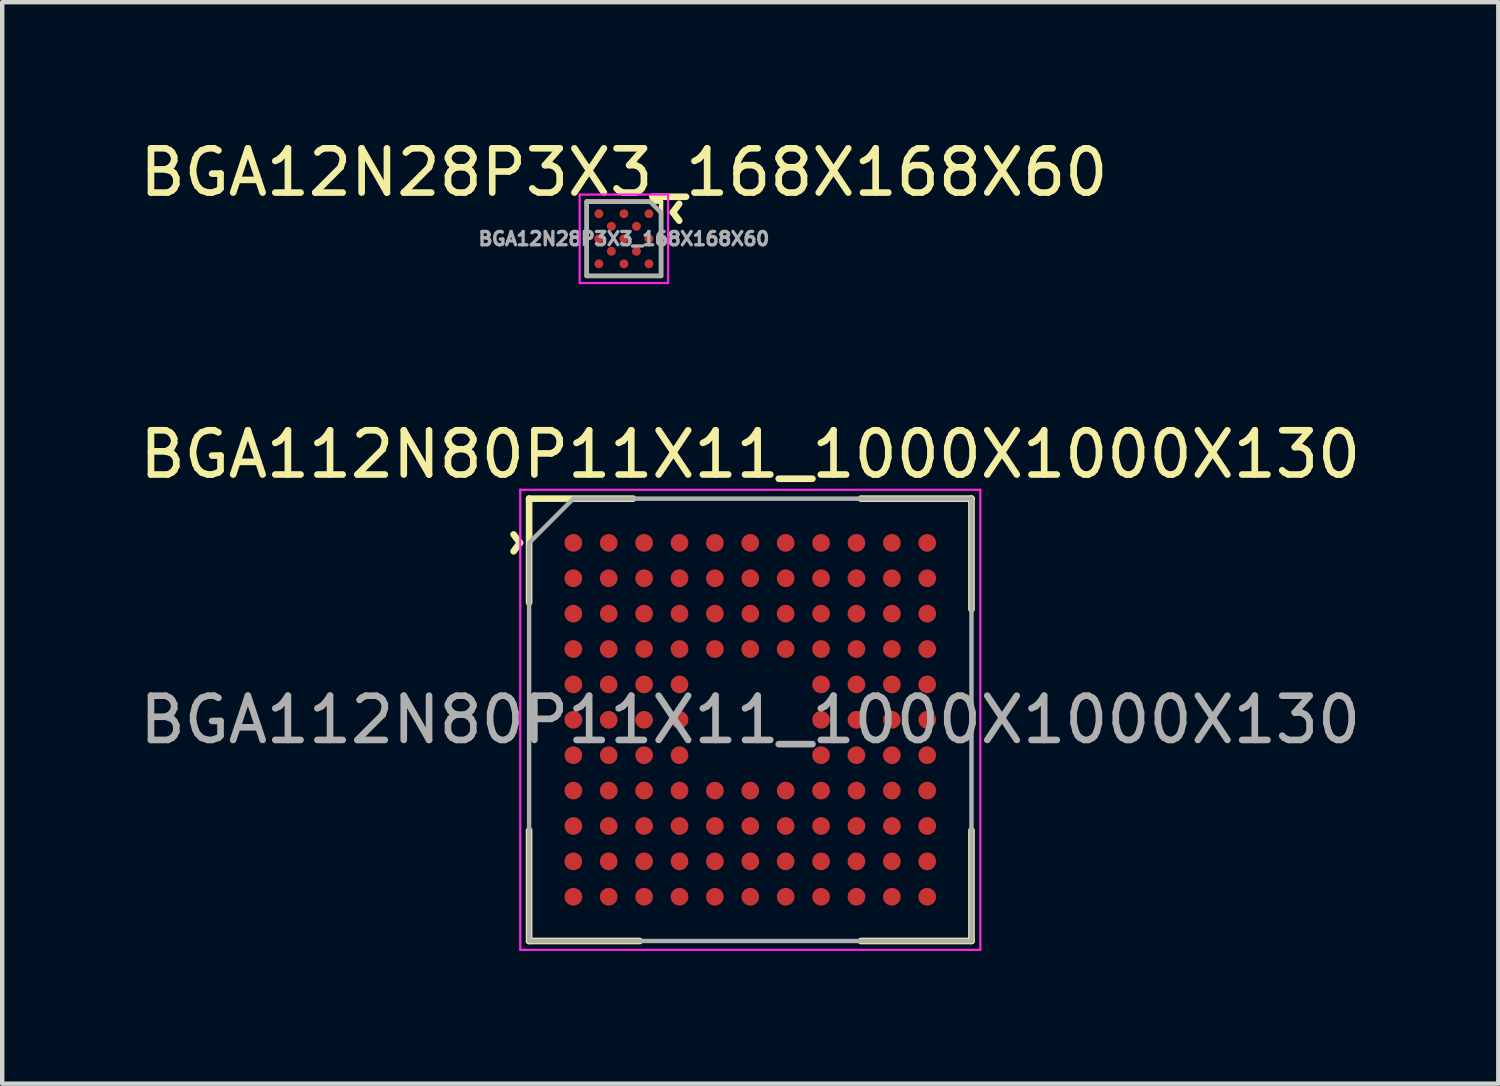
<source format=kicad_pcb>
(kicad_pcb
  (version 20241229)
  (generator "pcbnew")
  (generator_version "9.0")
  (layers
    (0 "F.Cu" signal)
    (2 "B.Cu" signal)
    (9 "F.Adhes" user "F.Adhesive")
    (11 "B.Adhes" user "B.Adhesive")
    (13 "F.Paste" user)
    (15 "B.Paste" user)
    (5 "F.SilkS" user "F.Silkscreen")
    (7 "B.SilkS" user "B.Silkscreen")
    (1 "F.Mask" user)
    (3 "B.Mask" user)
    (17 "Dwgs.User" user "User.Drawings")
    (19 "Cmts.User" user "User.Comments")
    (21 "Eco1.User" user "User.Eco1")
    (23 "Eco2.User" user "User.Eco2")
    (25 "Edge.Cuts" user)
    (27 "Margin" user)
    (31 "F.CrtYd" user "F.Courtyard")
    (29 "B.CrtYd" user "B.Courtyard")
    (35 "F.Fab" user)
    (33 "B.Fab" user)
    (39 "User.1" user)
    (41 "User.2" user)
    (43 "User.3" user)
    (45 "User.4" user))
  (footprint "BGA12N28P3X3_168X168X60"
    (layer "F.Cu")
    (at 11.054 2.348)
    (property "Reference" "BGA12N28P3X3_168X168X60" (at 0 -1.5 0) (unlocked yes) (layer "F.SilkS") (effects (font (size 1 1) (thickness 0.15))))
    (attr smd)
    (fp_line (start -0.84 -0.84) (end -0.84 0.84) (stroke (width 0.1) (type default)) (layer "F.SilkS"))
    (fp_line (start -0.84 0.84) (end 0.84 0.84) (stroke (width 0.1) (type default)) (layer "F.SilkS"))
    (fp_line (start 0.84 -0.84) (end -0.84 -0.84) (stroke (width 0.1) (type default)) (layer "F.SilkS"))
    (fp_line (start 0.84 0.84) (end 0.84 -0.84) (stroke (width 0.1) (type default)) (layer "F.SilkS"))
    (fp_rect (start -1 -1) (end 1 1) (stroke (width 0.05) (type default)) (fill no) (layer "F.CrtYd"))
    (fp_poly (pts (xy -0.84 -0.84) (xy -0.84 0.84) (xy 0.84 0.84) (xy 0.84 -0.59) (xy 0.59 -0.84)) (stroke (width 0.1) (type solid)) (fill no) (layer "F.Fab"))
    (fp_text user "^" (at 1.7 -0.6 90) (unlocked yes) (layer "F.SilkS") (effects (font (size 1 1) (thickness 0.15))))
    (fp_text user "${REFERENCE}" (at 0 0 0) (unlocked yes) (layer "F.Fab") (effects (font (size 0.3 0.3) (thickness 0.075))))
    (pad "A1" smd circle (at 0.566 -0.566) (size 0.2 0.2) (layers "F.Cu" "F.Mask" "F.Paste"))
    (pad "A3" smd circle (at 0.566 0) (size 0.2 0.2) (layers "F.Cu" "F.Mask" "F.Paste"))
    (pad "A5" smd circle (at 0.566 0.566) (size 0.2 0.2) (layers "F.Cu" "F.Mask" "F.Paste"))
    (pad "B2" smd circle (at 0.283 -0.283) (size 0.2 0.2) (layers "F.Cu" "F.Mask" "F.Paste"))
    (pad "B4" smd circle (at 0.283 0.283) (size 0.2 0.2) (layers "F.Cu" "F.Mask" "F.Paste"))
    (pad "C1" smd circle (at 0 -0.566) (size 0.2 0.2) (layers "F.Cu" "F.Mask" "F.Paste"))
    (pad "C3" smd circle (at 0 0) (size 0.2 0.2) (layers "F.Cu" "F.Mask" "F.Paste"))
    (pad "C5" smd circle (at 0 0.566) (size 0.2 0.2) (layers "F.Cu" "F.Mask" "F.Paste"))
    (pad "D2" smd circle (at -0.283 -0.283) (size 0.2 0.2) (layers "F.Cu" "F.Mask" "F.Paste"))
    (pad "D4" smd circle (at -0.283 0.283) (size 0.2 0.2) (layers "F.Cu" "F.Mask" "F.Paste"))
    (pad "E1" smd circle (at -0.566 -0.566) (size 0.2 0.2) (layers "F.Cu" "F.Mask" "F.Paste"))
    (pad "E3" smd circle (at -0.566 0) (size 0.2 0.2) (layers "F.Cu" "F.Mask" "F.Paste"))
    (pad "E5" smd circle (at -0.566 0.566) (size 0.2 0.2) (layers "F.Cu" "F.Mask" "F.Paste")))
  (footprint "BGA112N80P11X11_1000X1000X130"
    (layer "F.Cu")
    (at 13.911 13.222)
    (property "Reference" "BGA112N80P11X11_1000X1000X130" (at 0 -6 0) (layer "F.SilkS") (effects (font (size 1 1) (thickness 0.15))))
    (attr smd)
    (fp_line (start -5 -5) (end -5 -2.65) (stroke (width 0.15) (type solid)) (layer "F.SilkS"))
    (fp_line (start -5 5) (end -5 2.5) (stroke (width 0.15) (type solid)) (layer "F.SilkS"))
    (fp_line (start -2.65 -5) (end -5 -5) (stroke (width 0.15) (type solid)) (layer "F.SilkS"))
    (fp_line (start -2.5 5) (end -5 5) (stroke (width 0.15) (type solid)) (layer "F.SilkS"))
    (fp_line (start 2.5 -5) (end 5 -5) (stroke (width 0.15) (type solid)) (layer "F.SilkS"))
    (fp_line (start 2.5 5) (end 5 5) (stroke (width 0.15) (type solid)) (layer "F.SilkS"))
    (fp_line (start 5 -5) (end 5 -2.5) (stroke (width 0.15) (type solid)) (layer "F.SilkS"))
    (fp_line (start 5 5) (end 5 2.5) (stroke (width 0.15) (type solid)) (layer "F.SilkS"))
    (fp_line (start -5.2 -5.2) (end 5.2 -5.2) (stroke (width 0.05) (type solid)) (layer "F.CrtYd"))
    (fp_line (start -5.2 5.2) (end -5.2 -5.2) (stroke (width 0.05) (type solid)) (layer "F.CrtYd"))
    (fp_line (start 5.2 -5.2) (end 5.2 5.2) (stroke (width 0.05) (type solid)) (layer "F.CrtYd"))
    (fp_line (start 5.2 5.2) (end -5.2 5.2) (stroke (width 0.05) (type solid)) (layer "F.CrtYd"))
    (fp_line (start -5 -4) (end -5 5) (stroke (width 0.1) (type solid)) (layer "F.Fab"))
    (fp_line (start -5 5) (end 5 5) (stroke (width 0.1) (type solid)) (layer "F.Fab"))
    (fp_line (start -4 -5) (end -5 -4) (stroke (width 0.1) (type solid)) (layer "F.Fab"))
    (fp_line (start 5 -5) (end -4 -5) (stroke (width 0.1) (type solid)) (layer "F.Fab"))
    (fp_line (start 5 5) (end 5 -5) (stroke (width 0.1) (type solid)) (layer "F.Fab"))
    (fp_text user "^" (at -5.8 -4 270) (unlocked yes) (layer "F.SilkS") (effects (font (size 1 1) (thickness 0.15))))
    (fp_text user "${REFERENCE}" (at 0 0 0) (unlocked yes) (layer "F.Fab") (effects (font (size 1 1) (thickness 0.15))))
    (pad "A1" smd circle (at -4 -4) (size 0.4 0.4) (layers "F.Cu" "F.Mask" "F.Paste"))
    (pad "A2" smd circle (at -3.2 -4) (size 0.4 0.4) (layers "F.Cu" "F.Mask" "F.Paste"))
    (pad "A3" smd circle (at -2.4 -4) (size 0.4 0.4) (layers "F.Cu" "F.Mask" "F.Paste"))
    (pad "A4" smd circle (at -1.6 -4) (size 0.4 0.4) (layers "F.Cu" "F.Mask" "F.Paste"))
    (pad "A5" smd circle (at -0.8 -4) (size 0.4 0.4) (layers "F.Cu" "F.Mask" "F.Paste"))
    (pad "A6" smd circle (at 0 -4) (size 0.4 0.4) (layers "F.Cu" "F.Mask" "F.Paste"))
    (pad "A7" smd circle (at 0.8 -4) (size 0.4 0.4) (layers "F.Cu" "F.Mask" "F.Paste"))
    (pad "A8" smd circle (at 1.6 -4) (size 0.4 0.4) (layers "F.Cu" "F.Mask" "F.Paste"))
    (pad "A9" smd circle (at 2.4 -4) (size 0.4 0.4) (layers "F.Cu" "F.Mask" "F.Paste"))
    (pad "A10" smd circle (at 3.2 -4) (size 0.4 0.4) (layers "F.Cu" "F.Mask" "F.Paste"))
    (pad "A11" smd circle (at 4 -4) (size 0.4 0.4) (layers "F.Cu" "F.Mask" "F.Paste"))
    (pad "B1" smd circle (at -4 -3.2) (size 0.4 0.4) (layers "F.Cu" "F.Mask" "F.Paste"))
    (pad "B2" smd circle (at -3.2 -3.2) (size 0.4 0.4) (layers "F.Cu" "F.Mask" "F.Paste"))
    (pad "B3" smd circle (at -2.4 -3.2) (size 0.4 0.4) (layers "F.Cu" "F.Mask" "F.Paste"))
    (pad "B4" smd circle (at -1.6 -3.2) (size 0.4 0.4) (layers "F.Cu" "F.Mask" "F.Paste"))
    (pad "B5" smd circle (at -0.8 -3.2) (size 0.4 0.4) (layers "F.Cu" "F.Mask" "F.Paste"))
    (pad "B6" smd circle (at 0 -3.2) (size 0.4 0.4) (layers "F.Cu" "F.Mask" "F.Paste"))
    (pad "B7" smd circle (at 0.8 -3.2) (size 0.4 0.4) (layers "F.Cu" "F.Mask" "F.Paste"))
    (pad "B8" smd circle (at 1.6 -3.2) (size 0.4 0.4) (layers "F.Cu" "F.Mask" "F.Paste"))
    (pad "B9" smd circle (at 2.4 -3.2) (size 0.4 0.4) (layers "F.Cu" "F.Mask" "F.Paste"))
    (pad "B10" smd circle (at 3.2 -3.2) (size 0.4 0.4) (layers "F.Cu" "F.Mask" "F.Paste"))
    (pad "B11" smd circle (at 4 -3.2) (size 0.4 0.4) (layers "F.Cu" "F.Mask" "F.Paste"))
    (pad "C1" smd circle (at -4 -2.4) (size 0.4 0.4) (layers "F.Cu" "F.Mask" "F.Paste"))
    (pad "C2" smd circle (at -3.2 -2.4) (size 0.4 0.4) (layers "F.Cu" "F.Mask" "F.Paste"))
    (pad "C3" smd circle (at -2.4 -2.4) (size 0.4 0.4) (layers "F.Cu" "F.Mask" "F.Paste"))
    (pad "C4" smd circle (at -1.6 -2.4) (size 0.4 0.4) (layers "F.Cu" "F.Mask" "F.Paste"))
    (pad "C5" smd circle (at -0.8 -2.4) (size 0.4 0.4) (layers "F.Cu" "F.Mask" "F.Paste"))
    (pad "C6" smd circle (at 0 -2.4) (size 0.4 0.4) (layers "F.Cu" "F.Mask" "F.Paste"))
    (pad "C7" smd circle (at 0.8 -2.4) (size 0.4 0.4) (layers "F.Cu" "F.Mask" "F.Paste"))
    (pad "C8" smd circle (at 1.6 -2.4) (size 0.4 0.4) (layers "F.Cu" "F.Mask" "F.Paste"))
    (pad "C9" smd circle (at 2.4 -2.4) (size 0.4 0.4) (layers "F.Cu" "F.Mask" "F.Paste"))
    (pad "C10" smd circle (at 3.2 -2.4) (size 0.4 0.4) (layers "F.Cu" "F.Mask" "F.Paste"))
    (pad "C11" smd circle (at 4 -2.4) (size 0.4 0.4) (layers "F.Cu" "F.Mask" "F.Paste"))
    (pad "D1" smd circle (at -4 -1.6) (size 0.4 0.4) (layers "F.Cu" "F.Mask" "F.Paste"))
    (pad "D2" smd circle (at -3.2 -1.6) (size 0.4 0.4) (layers "F.Cu" "F.Mask" "F.Paste"))
    (pad "D3" smd circle (at -2.4 -1.6) (size 0.4 0.4) (layers "F.Cu" "F.Mask" "F.Paste"))
    (pad "D4" smd circle (at -1.6 -1.6) (size 0.4 0.4) (layers "F.Cu" "F.Mask" "F.Paste"))
    (pad "D5" smd circle (at -0.8 -1.6) (size 0.4 0.4) (layers "F.Cu" "F.Mask" "F.Paste"))
    (pad "D6" smd circle (at 0 -1.6) (size 0.4 0.4) (layers "F.Cu" "F.Mask" "F.Paste"))
    (pad "D7" smd circle (at 0.8 -1.6) (size 0.4 0.4) (layers "F.Cu" "F.Mask" "F.Paste"))
    (pad "D8" smd circle (at 1.6 -1.6) (size 0.4 0.4) (layers "F.Cu" "F.Mask" "F.Paste"))
    (pad "D9" smd circle (at 2.4 -1.6) (size 0.4 0.4) (layers "F.Cu" "F.Mask" "F.Paste"))
    (pad "D10" smd circle (at 3.2 -1.6) (size 0.4 0.4) (layers "F.Cu" "F.Mask" "F.Paste"))
    (pad "D11" smd circle (at 4 -1.6) (size 0.4 0.4) (layers "F.Cu" "F.Mask" "F.Paste"))
    (pad "E1" smd circle (at -4 -0.8) (size 0.4 0.4) (layers "F.Cu" "F.Mask" "F.Paste"))
    (pad "E2" smd circle (at -3.2 -0.8) (size 0.4 0.4) (layers "F.Cu" "F.Mask" "F.Paste"))
    (pad "E3" smd circle (at -2.4 -0.8) (size 0.4 0.4) (layers "F.Cu" "F.Mask" "F.Paste"))
    (pad "E4" smd circle (at -1.6 -0.8) (size 0.4 0.4) (layers "F.Cu" "F.Mask" "F.Paste"))
    (pad "E8" smd circle (at 1.6 -0.8) (size 0.4 0.4) (layers "F.Cu" "F.Mask" "F.Paste"))
    (pad "E9" smd circle (at 2.4 -0.8) (size 0.4 0.4) (layers "F.Cu" "F.Mask" "F.Paste"))
    (pad "E10" smd circle (at 3.2 -0.8) (size 0.4 0.4) (layers "F.Cu" "F.Mask" "F.Paste"))
    (pad "E11" smd circle (at 4 -0.8) (size 0.4 0.4) (layers "F.Cu" "F.Mask" "F.Paste"))
    (pad "F1" smd circle (at -4 0) (size 0.4 0.4) (layers "F.Cu" "F.Mask" "F.Paste"))
    (pad "F2" smd circle (at -3.2 0) (size 0.4 0.4) (layers "F.Cu" "F.Mask" "F.Paste"))
    (pad "F3" smd circle (at -2.4 0) (size 0.4 0.4) (layers "F.Cu" "F.Mask" "F.Paste"))
    (pad "F4" smd circle (at -1.6 0) (size 0.4 0.4) (layers "F.Cu" "F.Mask" "F.Paste"))
    (pad "F8" smd circle (at 1.6 0) (size 0.4 0.4) (layers "F.Cu" "F.Mask" "F.Paste"))
    (pad "F9" smd circle (at 2.4 0) (size 0.4 0.4) (layers "F.Cu" "F.Mask" "F.Paste"))
    (pad "F10" smd circle (at 3.2 0) (size 0.4 0.4) (layers "F.Cu" "F.Mask" "F.Paste"))
    (pad "F11" smd circle (at 4 0) (size 0.4 0.4) (layers "F.Cu" "F.Mask" "F.Paste"))
    (pad "G1" smd circle (at -4 0.8) (size 0.4 0.4) (layers "F.Cu" "F.Mask" "F.Paste"))
    (pad "G2" smd circle (at -3.2 0.8) (size 0.4 0.4) (layers "F.Cu" "F.Mask" "F.Paste"))
    (pad "G3" smd circle (at -2.4 0.8) (size 0.4 0.4) (layers "F.Cu" "F.Mask" "F.Paste"))
    (pad "G4" smd circle (at -1.6 0.8) (size 0.4 0.4) (layers "F.Cu" "F.Mask" "F.Paste"))
    (pad "G8" smd circle (at 1.6 0.8) (size 0.4 0.4) (layers "F.Cu" "F.Mask" "F.Paste"))
    (pad "G9" smd circle (at 2.4 0.8) (size 0.4 0.4) (layers "F.Cu" "F.Mask" "F.Paste"))
    (pad "G10" smd circle (at 3.2 0.8) (size 0.4 0.4) (layers "F.Cu" "F.Mask" "F.Paste"))
    (pad "G11" smd circle (at 4 0.8) (size 0.4 0.4) (layers "F.Cu" "F.Mask" "F.Paste"))
    (pad "H1" smd circle (at -4 1.6) (size 0.4 0.4) (layers "F.Cu" "F.Mask" "F.Paste"))
    (pad "H2" smd circle (at -3.2 1.6) (size 0.4 0.4) (layers "F.Cu" "F.Mask" "F.Paste"))
    (pad "H3" smd circle (at -2.4 1.6) (size 0.4 0.4) (layers "F.Cu" "F.Mask" "F.Paste"))
    (pad "H4" smd circle (at -1.6 1.6) (size 0.4 0.4) (layers "F.Cu" "F.Mask" "F.Paste"))
    (pad "H5" smd circle (at -0.8 1.6) (size 0.4 0.4) (layers "F.Cu" "F.Mask" "F.Paste"))
    (pad "H6" smd circle (at 0 1.6) (size 0.4 0.4) (layers "F.Cu" "F.Mask" "F.Paste"))
    (pad "H7" smd circle (at 0.8 1.6) (size 0.4 0.4) (layers "F.Cu" "F.Mask" "F.Paste"))
    (pad "H8" smd circle (at 1.6 1.6) (size 0.4 0.4) (layers "F.Cu" "F.Mask" "F.Paste"))
    (pad "H9" smd circle (at 2.4 1.6) (size 0.4 0.4) (layers "F.Cu" "F.Mask" "F.Paste"))
    (pad "H10" smd circle (at 3.2 1.6) (size 0.4 0.4) (layers "F.Cu" "F.Mask" "F.Paste"))
    (pad "H11" smd circle (at 4 1.6) (size 0.4 0.4) (layers "F.Cu" "F.Mask" "F.Paste"))
    (pad "J1" smd circle (at -4 2.4) (size 0.4 0.4) (layers "F.Cu" "F.Mask" "F.Paste"))
    (pad "J2" smd circle (at -3.2 2.4) (size 0.4 0.4) (layers "F.Cu" "F.Mask" "F.Paste"))
    (pad "J3" smd circle (at -2.4 2.4) (size 0.4 0.4) (layers "F.Cu" "F.Mask" "F.Paste"))
    (pad "J4" smd circle (at -1.6 2.4) (size 0.4 0.4) (layers "F.Cu" "F.Mask" "F.Paste"))
    (pad "J5" smd circle (at -0.8 2.4) (size 0.4 0.4) (layers "F.Cu" "F.Mask" "F.Paste"))
    (pad "J6" smd circle (at 0 2.4) (size 0.4 0.4) (layers "F.Cu" "F.Mask" "F.Paste"))
    (pad "J7" smd circle (at 0.8 2.4) (size 0.4 0.4) (layers "F.Cu" "F.Mask" "F.Paste"))
    (pad "J8" smd circle (at 1.6 2.4) (size 0.4 0.4) (layers "F.Cu" "F.Mask" "F.Paste"))
    (pad "J9" smd circle (at 2.4 2.4) (size 0.4 0.4) (layers "F.Cu" "F.Mask" "F.Paste"))
    (pad "J10" smd circle (at 3.2 2.4) (size 0.4 0.4) (layers "F.Cu" "F.Mask" "F.Paste"))
    (pad "J11" smd circle (at 4 2.4) (size 0.4 0.4) (layers "F.Cu" "F.Mask" "F.Paste"))
    (pad "K1" smd circle (at -4 3.2) (size 0.4 0.4) (layers "F.Cu" "F.Mask" "F.Paste"))
    (pad "K2" smd circle (at -3.2 3.2) (size 0.4 0.4) (layers "F.Cu" "F.Mask" "F.Paste"))
    (pad "K3" smd circle (at -2.4 3.2) (size 0.4 0.4) (layers "F.Cu" "F.Mask" "F.Paste"))
    (pad "K4" smd circle (at -1.6 3.2) (size 0.4 0.4) (layers "F.Cu" "F.Mask" "F.Paste"))
    (pad "K5" smd circle (at -0.8 3.2) (size 0.4 0.4) (layers "F.Cu" "F.Mask" "F.Paste"))
    (pad "K6" smd circle (at 0 3.2) (size 0.4 0.4) (layers "F.Cu" "F.Mask" "F.Paste"))
    (pad "K7" smd circle (at 0.8 3.2) (size 0.4 0.4) (layers "F.Cu" "F.Mask" "F.Paste"))
    (pad "K8" smd circle (at 1.6 3.2) (size 0.4 0.4) (layers "F.Cu" "F.Mask" "F.Paste"))
    (pad "K9" smd circle (at 2.4 3.2) (size 0.4 0.4) (layers "F.Cu" "F.Mask" "F.Paste"))
    (pad "K10" smd circle (at 3.2 3.2) (size 0.4 0.4) (layers "F.Cu" "F.Mask" "F.Paste"))
    (pad "K11" smd circle (at 4 3.2) (size 0.4 0.4) (layers "F.Cu" "F.Mask" "F.Paste"))
    (pad "L1" smd circle (at -4 4) (size 0.4 0.4) (layers "F.Cu" "F.Mask" "F.Paste"))
    (pad "L2" smd circle (at -3.2 4) (size 0.4 0.4) (layers "F.Cu" "F.Mask" "F.Paste"))
    (pad "L3" smd circle (at -2.4 4) (size 0.4 0.4) (layers "F.Cu" "F.Mask" "F.Paste"))
    (pad "L4" smd circle (at -1.6 4) (size 0.4 0.4) (layers "F.Cu" "F.Mask" "F.Paste"))
    (pad "L5" smd circle (at -0.8 4) (size 0.4 0.4) (layers "F.Cu" "F.Mask" "F.Paste"))
    (pad "L6" smd circle (at 0 4) (size 0.4 0.4) (layers "F.Cu" "F.Mask" "F.Paste"))
    (pad "L7" smd circle (at 0.8 4) (size 0.4 0.4) (layers "F.Cu" "F.Mask" "F.Paste"))
    (pad "L8" smd circle (at 1.6 4) (size 0.4 0.4) (layers "F.Cu" "F.Mask" "F.Paste"))
    (pad "L9" smd circle (at 2.4 4) (size 0.4 0.4) (layers "F.Cu" "F.Mask" "F.Paste"))
    (pad "L10" smd circle (at 3.2 4) (size 0.4 0.4) (layers "F.Cu" "F.Mask" "F.Paste"))
    (pad "L11" smd circle (at 4 4) (size 0.4 0.4) (layers "F.Cu" "F.Mask" "F.Paste")))
  (gr_rect
    (start -3 -3)
    (end 30.821 21.447)
    (stroke (width 0.1) (type default))
    (fill no)
    (layer "Edge.Cuts")))
</source>
